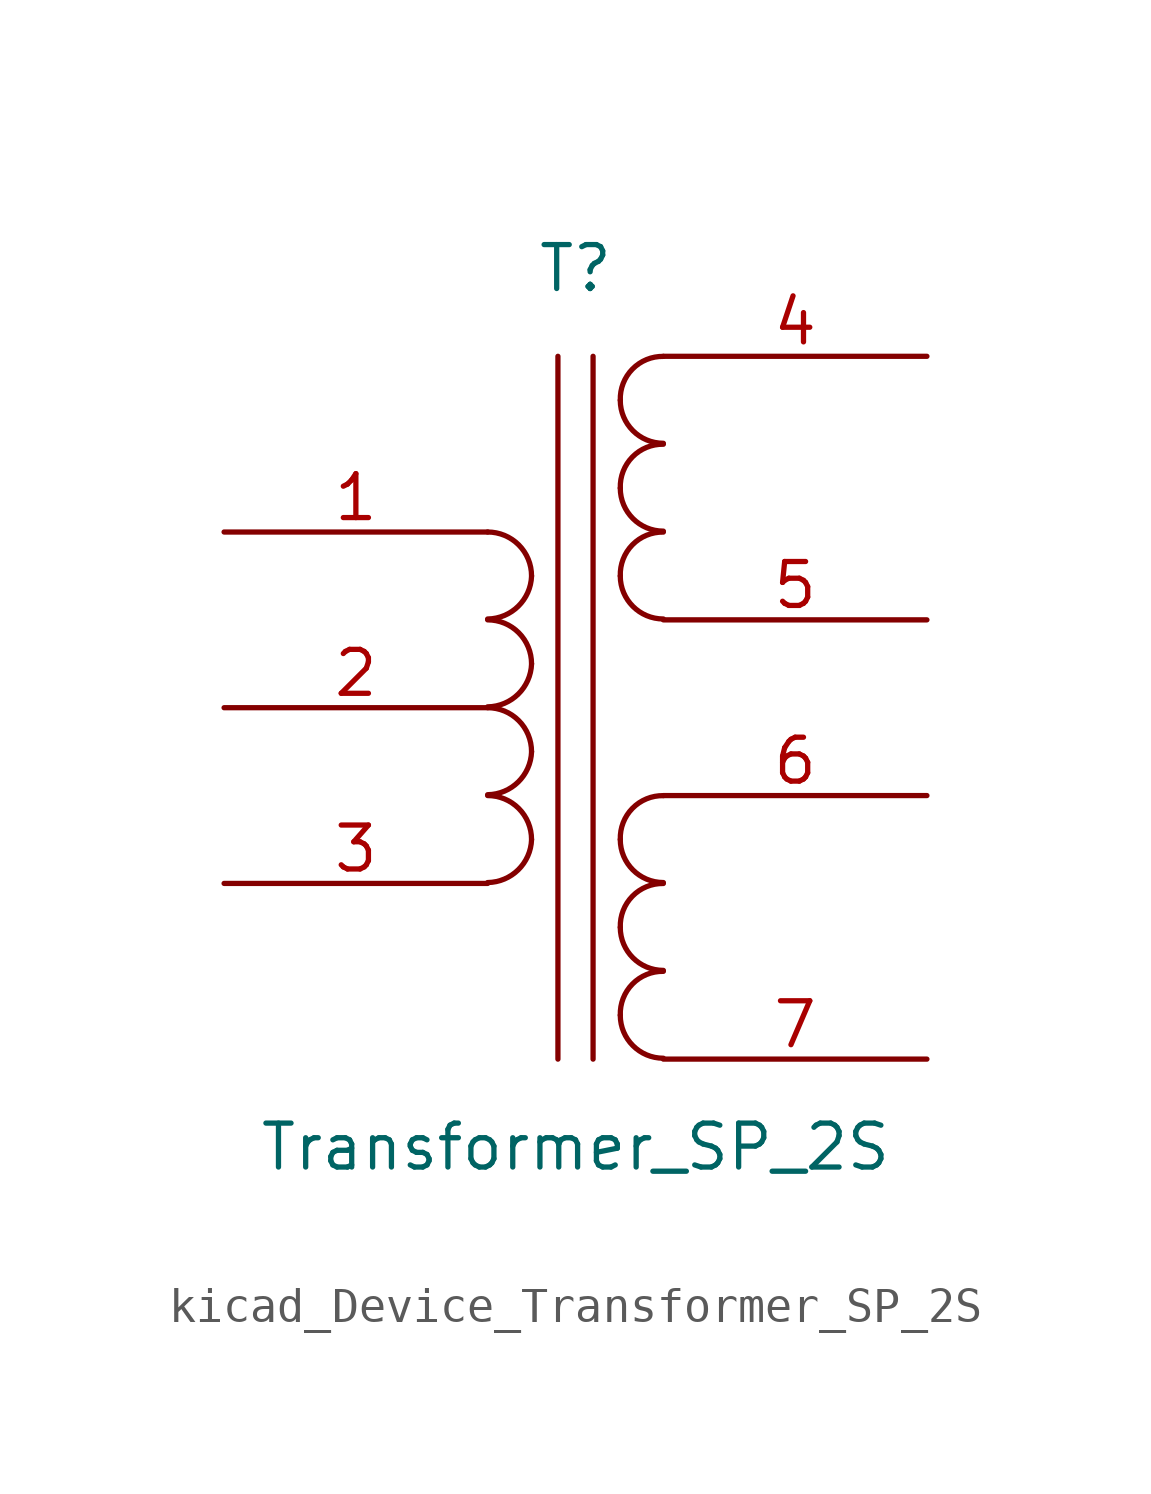
<source format=kicad_sym>
(kicad_symbol_lib
  (version 20220914)
  (generator kicad_symbol_editor)
  (symbol "kicad_Device_Transformer_SP_2S"
    (pin_names
      (offset 1.016) hide)
    (property "Reference" "T"
      (at 0 12.7 0)
      (effects (font (size 1.27 1.27))))
    (property "Value" "Transformer_SP_2S"
      (at 0 -12.7 0)
      (effects (font (size 1.27 1.27))))
    (symbol "kicad_Device_Transformer_SP_2S_0_1"
      (arc (start -2.54 -5.0546) (mid -1.6599 -4.6901) (end -1.27 -3.81) (stroke (width 0) (type default)) (fill (type none)))
      (arc (start -2.54 -2.5146) (mid -1.6599 -2.1501) (end -1.27 -1.27) (stroke (width 0) (type default)) (fill (type none)))
      (arc (start -2.54 0.0254) (mid -1.6599 0.3899) (end -1.27 1.27) (stroke (width 0) (type default)) (fill (type none)))
      (arc (start -2.54 2.5654) (mid -1.6599 2.9299) (end -1.27 3.81) (stroke (width 0) (type default)) (fill (type none)))
      (arc (start -1.27 -3.81) (mid -1.642 -2.912) (end -2.54 -2.54) (stroke (width 0) (type default)) (fill (type none)))
      (arc (start -1.27 -1.27) (mid -1.642 -0.372) (end -2.54 0) (stroke (width 0) (type default)) (fill (type none)))
      (arc (start -1.27 1.27) (mid -1.642 2.168) (end -2.54 2.54) (stroke (width 0) (type default)) (fill (type none)))
      (arc (start -1.27 3.81) (mid -1.642 4.708) (end -2.54 5.08) (stroke (width 0) (type default)) (fill (type none)))
      (polyline (pts (xy -0.508 -10.16) (xy -0.508 10.16)) (stroke (width 0) (type default)) (fill (type none)))
      (polyline (pts (xy 0.508 10.16) (xy 0.508 -10.16)) (stroke (width 0) (type default)) (fill (type none)))
      (arc (start 1.2954 -8.89) (mid 1.6599 -9.7701) (end 2.54 -10.1346) (stroke (width 0) (type default)) (fill (type none)))
      (arc (start 1.2954 -6.35) (mid 1.6599 -7.2301) (end 2.54 -7.5946) (stroke (width 0) (type default)) (fill (type none)))
      (arc (start 1.2954 -3.81) (mid 1.6599 -4.6901) (end 2.54 -5.0546) (stroke (width 0) (type default)) (fill (type none)))
      (arc (start 1.2954 3.81) (mid 1.6599 2.9299) (end 2.54 2.5654) (stroke (width 0) (type default)) (fill (type none)))
      (arc (start 1.2954 6.35) (mid 1.6599 5.4699) (end 2.54 5.1054) (stroke (width 0) (type default)) (fill (type none)))
      (arc (start 1.2954 8.89) (mid 1.6599 8.0099) (end 2.54 7.6454) (stroke (width 0) (type default)) (fill (type none)))
      (arc (start 2.54 -7.62) (mid 1.642 -7.992) (end 1.2954 -8.89) (stroke (width 0) (type default)) (fill (type none)))
      (arc (start 2.54 -5.08) (mid 1.642 -5.452) (end 1.2954 -6.35) (stroke (width 0) (type default)) (fill (type none)))
      (arc (start 2.54 -2.54) (mid 1.642 -2.912) (end 1.2954 -3.81) (stroke (width 0) (type default)) (fill (type none)))
      (arc (start 2.54 5.08) (mid 1.642 4.708) (end 1.2954 3.81) (stroke (width 0) (type default)) (fill (type none)))
      (arc (start 2.54 7.62) (mid 1.642 7.248) (end 1.2954 6.35) (stroke (width 0) (type default)) (fill (type none)))
      (arc (start 2.54 10.16) (mid 1.642 9.788) (end 1.2954 8.89) (stroke (width 0) (type default)) (fill (type none))))
    (symbol "kicad_Device_Transformer_SP_2S_1_1"
      (pin passive line (at -10.16 5.08 0) (length 7.62) (name "IN+" (effects (font (size 1.27 1.27)))) (number "1" (effects (font (size 1.27 1.27)))))
      (pin passive line (at -10.16 0 0) (length 7.62) (name "PM" (effects (font (size 1.27 1.27)))) (number "2" (effects (font (size 1.27 1.27)))))
      (pin passive line (at -10.16 -5.08 0) (length 7.62) (name "IN-" (effects (font (size 1.27 1.27)))) (number "3" (effects (font (size 1.27 1.27)))))
      (pin passive line (at 10.16 10.16 180) (length 7.62) (name "OUT1A" (effects (font (size 1.27 1.27)))) (number "4" (effects (font (size 1.27 1.27)))))
      (pin passive line (at 10.16 2.54 180) (length 7.62) (name "OUT1B" (effects (font (size 1.27 1.27)))) (number "5" (effects (font (size 1.27 1.27)))))
      (pin passive line (at 10.16 -2.54 180) (length 7.62) (name "OUT2A" (effects (font (size 1.27 1.27)))) (number "6" (effects (font (size 1.27 1.27)))))
      (pin passive line (at 10.16 -10.16 180) (length 7.62) (name "OUT2B" (effects (font (size 1.27 1.27)))) (number "7" (effects (font (size 1.27 1.27))))))))
</source>
